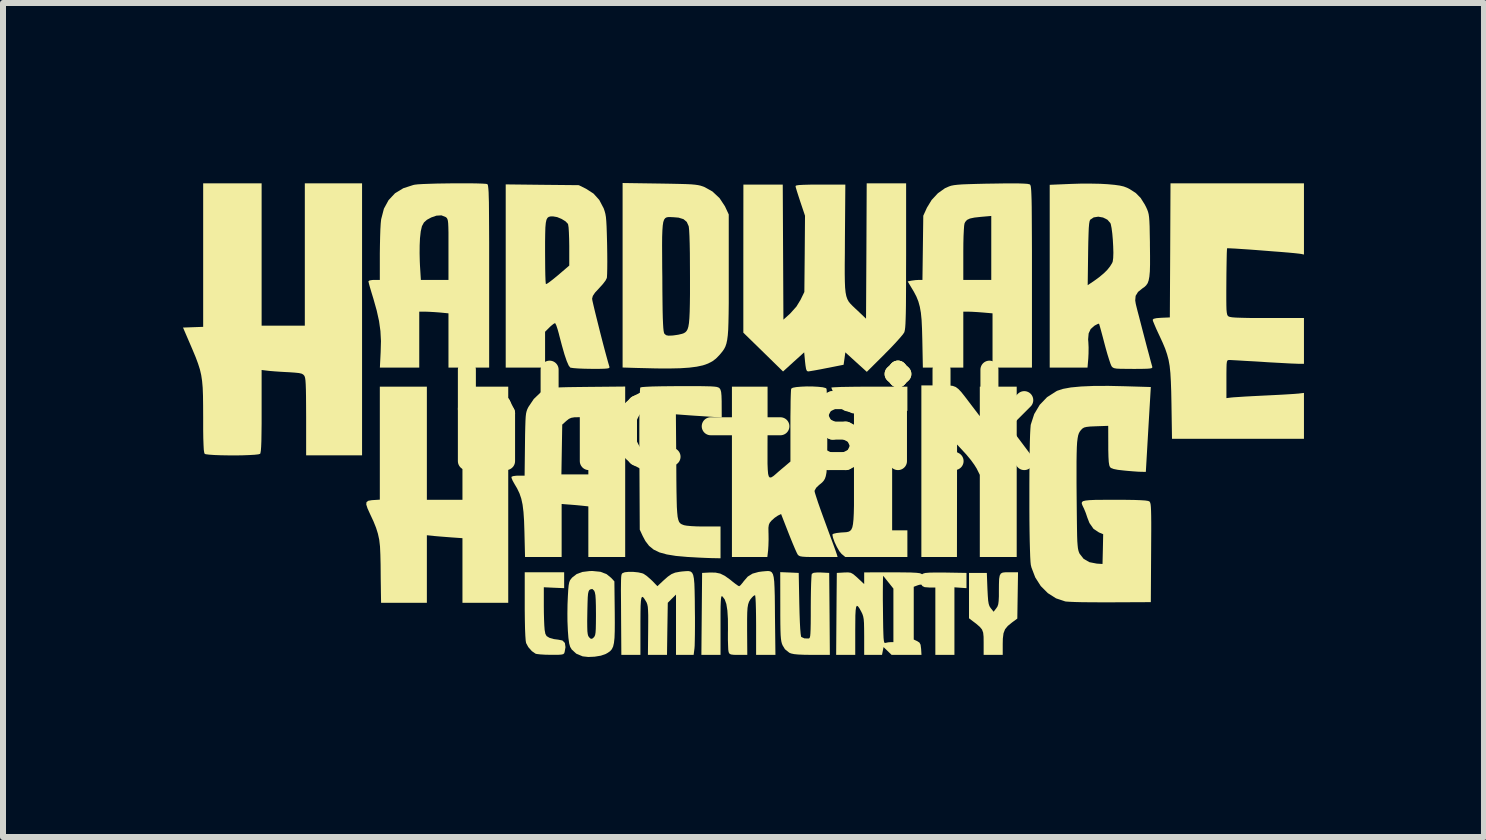
<source format=kicad_pcb>
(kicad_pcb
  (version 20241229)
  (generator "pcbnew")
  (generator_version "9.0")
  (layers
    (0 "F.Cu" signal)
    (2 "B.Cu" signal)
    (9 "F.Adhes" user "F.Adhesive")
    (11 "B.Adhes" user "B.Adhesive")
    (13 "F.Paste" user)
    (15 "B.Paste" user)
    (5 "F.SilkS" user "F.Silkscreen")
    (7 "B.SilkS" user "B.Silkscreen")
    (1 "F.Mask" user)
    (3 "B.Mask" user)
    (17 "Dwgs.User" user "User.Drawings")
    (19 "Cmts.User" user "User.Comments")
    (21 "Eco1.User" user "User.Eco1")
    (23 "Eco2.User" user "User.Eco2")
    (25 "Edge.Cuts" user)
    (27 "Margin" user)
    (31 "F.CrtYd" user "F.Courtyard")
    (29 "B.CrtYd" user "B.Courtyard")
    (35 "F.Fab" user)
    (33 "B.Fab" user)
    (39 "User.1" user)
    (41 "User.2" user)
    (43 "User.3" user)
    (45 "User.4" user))
  (footprint "hhc-silk"
    (layer "F.Cu")
    (at 9.339 3.945)
    (property "Reference" "hhc-silk" (at 0 0 0) (layer "F.SilkS") (effects (font (size 1.524 1.524) (thickness 0.3))))
    (attr board_only exclude_from_pos_files exclude_from_bom)
    (fp_poly (pts (xy 3.429 -0.571) (xy 3.489 -0.564) (xy 3.537 -0.546) (xy 3.581 -0.514) (xy 3.629 -0.464) (xy 3.688 -0.39) (xy 3.764 -0.29) (xy 3.789 -0.257) (xy 3.94 -0.059) (xy 3.94 -0.551) (xy 4.555 -0.551) (xy 4.555 2.288) (xy 3.94 2.288) (xy 3.94 0.919) (xy 3.888 0.814) (xy 3.848 0.75) (xy 3.79 0.67) (xy 3.722 0.588) (xy 3.698 0.561) (xy 3.561 0.413) (xy 3.56 1.351) (xy 3.559 2.288) (xy 2.966 2.288) (xy 2.966 -0.572) (xy 3.248 -0.572) (xy 3.351 -0.572)) (stroke (width 0) (type solid)) (fill yes) (layer "F.SilkS"))
    (fp_poly (pts (xy -5.275 1.335) (xy -4.682 1.335) (xy -4.682 -0.551) (xy -3.919 -0.551) (xy -3.919 3.051) (xy -4.682 3.051) (xy -4.682 1.974) (xy -4.867 1.961) (xy -4.969 1.953) (xy -5.07 1.945) (xy -5.151 1.938) (xy -5.164 1.936) (xy -5.275 1.925) (xy -5.275 3.051) (xy -6.038 3.051) (xy -6.04 2.929) (xy -6.041 2.867) (xy -6.042 2.773) (xy -6.044 2.656) (xy -6.045 2.526) (xy -6.046 2.415) (xy -6.05 2.248) (xy -6.056 2.113) (xy -6.069 2) (xy -6.091 1.899) (xy -6.122 1.8) (xy -6.165 1.693) (xy -6.221 1.573) (xy -6.264 1.478) (xy -6.285 1.413) (xy -6.281 1.373) (xy -6.252 1.351) (xy -6.196 1.341) (xy -6.17 1.339) (xy -6.059 1.332) (xy -6.059 -0.551) (xy -5.275 -0.551)) (stroke (width 0) (type solid)) (fill yes) (layer "F.SilkS"))
    (fp_poly (pts (xy -2.987 2.807) (xy -3.156 2.8) (xy -3.326 2.792) (xy -3.326 3.098) (xy -3.325 3.218) (xy -3.322 3.331) (xy -3.318 3.427) (xy -3.313 3.494) (xy -3.312 3.505) (xy -3.3 3.569) (xy -3.279 3.606) (xy -3.24 3.63) (xy -3.228 3.636) (xy -3.157 3.656) (xy -3.087 3.665) (xy -3.016 3.679) (xy -2.975 3.72) (xy -2.965 3.79) (xy -2.979 3.871) (xy -2.987 3.893) (xy -3.003 3.907) (xy -3.035 3.914) (xy -3.09 3.918) (xy -3.178 3.918) (xy -3.207 3.918) (xy -3.302 3.916) (xy -3.385 3.911) (xy -3.444 3.904) (xy -3.464 3.899) (xy -3.526 3.856) (xy -3.585 3.789) (xy -3.621 3.722) (xy -3.628 3.681) (xy -3.634 3.601) (xy -3.639 3.486) (xy -3.642 3.34) (xy -3.644 3.166) (xy -3.644 3.102) (xy -3.644 2.542) (xy -2.987 2.542)) (stroke (width 0) (type solid)) (fill yes) (layer "F.SilkS"))
    (fp_poly (pts (xy 4.565 3.314) (xy 4.478 3.378) (xy 4.407 3.436) (xy 4.361 3.492) (xy 4.335 3.559) (xy 4.324 3.647) (xy 4.322 3.737) (xy 4.322 3.919) (xy 4.004 3.919) (xy 4.004 3.716) (xy 4.003 3.618) (xy 3.996 3.549) (xy 3.977 3.497) (xy 3.94 3.452) (xy 3.88 3.4) (xy 3.82 3.355) (xy 3.76 3.309) (xy 3.76 2.553) (xy 4.057 2.553) (xy 4.067 2.818) (xy 4.073 2.932) (xy 4.079 3.013) (xy 4.088 3.068) (xy 4.101 3.107) (xy 4.12 3.137) (xy 4.124 3.142) (xy 4.17 3.2) (xy 4.214 3.143) (xy 4.234 3.113) (xy 4.247 3.075) (xy 4.254 3.022) (xy 4.258 2.944) (xy 4.258 2.862) (xy 4.259 2.74) (xy 4.262 2.653) (xy 4.272 2.597) (xy 4.291 2.563) (xy 4.323 2.547) (xy 4.371 2.542) (xy 4.43 2.542) (xy 4.577 2.542)) (stroke (width 0) (type solid)) (fill yes) (layer "F.SilkS"))
    (fp_poly (pts (xy 2.733 -0.148) (xy 2.479 -0.148) (xy 2.479 1.843) (xy 2.733 1.843) (xy 2.733 2.288) (xy 1.698 2.288) (xy 1.636 2.236) (xy 1.599 2.191) (xy 1.558 2.12) (xy 1.52 2.04) (xy 1.493 1.965) (xy 1.483 1.913) (xy 1.502 1.9) (xy 1.553 1.888) (xy 1.622 1.88) (xy 1.672 1.877) (xy 1.715 1.874) (xy 1.75 1.867) (xy 1.777 1.854) (xy 1.799 1.83) (xy 1.816 1.792) (xy 1.827 1.737) (xy 1.835 1.66) (xy 1.84 1.559) (xy 1.843 1.43) (xy 1.843 1.269) (xy 1.843 1.072) (xy 1.843 0.837) (xy 1.843 -0.122) (xy 1.757 -0.133) (xy 1.689 -0.149) (xy 1.637 -0.179) (xy 1.594 -0.233) (xy 1.552 -0.317) (xy 1.531 -0.368) (xy 1.502 -0.442) (xy 1.479 -0.501) (xy 1.466 -0.533) (xy 1.465 -0.535) (xy 1.484 -0.539) (xy 1.54 -0.542) (xy 1.627 -0.546) (xy 1.743 -0.548) (xy 1.88 -0.55) (xy 2.034 -0.551) (xy 2.095 -0.551) (xy 2.733 -0.551)) (stroke (width 0) (type solid)) (fill yes) (layer "F.SilkS"))
    (fp_poly (pts (xy 0.768 2.546) (xy 0.922 2.553) (xy 0.932 3.076) (xy 0.936 3.234) (xy 0.941 3.372) (xy 0.947 3.484) (xy 0.954 3.565) (xy 0.961 3.611) (xy 0.964 3.62) (xy 1.017 3.644) (xy 1.086 3.646) (xy 1.097 3.643) (xy 1.106 3.631) (xy 1.113 3.605) (xy 1.117 3.562) (xy 1.12 3.495) (xy 1.122 3.4) (xy 1.123 3.272) (xy 1.123 3.119) (xy 1.124 2.974) (xy 1.126 2.841) (xy 1.129 2.728) (xy 1.133 2.641) (xy 1.137 2.585) (xy 1.141 2.568) (xy 1.171 2.551) (xy 1.235 2.545) (xy 1.294 2.546) (xy 1.43 2.553) (xy 1.436 3.236) (xy 1.441 3.919) (xy 1.139 3.919) (xy 1.008 3.917) (xy 0.913 3.913) (xy 0.844 3.906) (xy 0.794 3.895) (xy 0.765 3.883) (xy 0.693 3.825) (xy 0.654 3.761) (xy 0.642 3.732) (xy 0.633 3.697) (xy 0.626 3.651) (xy 0.621 3.59) (xy 0.618 3.508) (xy 0.616 3.398) (xy 0.615 3.257) (xy 0.615 3.108) (xy 0.614 2.54)) (stroke (width 0) (type solid)) (fill yes) (layer "F.SilkS"))
    (fp_poly (pts (xy -1.97 2.288) (xy -2.584 2.288) (xy -2.584 1.444) (xy -2.696 1.432) (xy -2.789 1.423) (xy -2.888 1.415) (xy -2.918 1.413) (xy -3.029 1.404) (xy -3.029 2.288) (xy -3.639 2.288) (xy -3.649 1.87) (xy -3.655 1.686) (xy -3.665 1.537) (xy -3.68 1.415) (xy -3.702 1.314) (xy -3.732 1.226) (xy -3.772 1.143) (xy -3.813 1.074) (xy -3.846 1.015) (xy -3.864 0.97) (xy -3.865 0.952) (xy -3.839 0.94) (xy -3.785 0.933) (xy -3.75 0.932) (xy -3.646 0.932) (xy -3.646 0.911) (xy -3.033 0.911) (xy -2.584 0.911) (xy -2.584 -0.042) (xy -2.732 -0.042) (xy -2.814 -0.041) (xy -2.868 -0.032) (xy -2.908 -0.014) (xy -2.95 0.019) (xy -3.019 0.081) (xy -3.026 0.496) (xy -3.033 0.911) (xy -3.646 0.911) (xy -3.64 0.408) (xy -3.638 0.245) (xy -3.635 0.118) (xy -3.632 0.022) (xy -3.628 -0.05) (xy -3.622 -0.102) (xy -3.613 -0.141) (xy -3.602 -0.173) (xy -3.587 -0.204) (xy -3.583 -0.212) (xy -3.493 -0.346) (xy -3.382 -0.452) (xy -3.315 -0.494) (xy -3.289 -0.508) (xy -3.261 -0.518) (xy -3.226 -0.526) (xy -3.18 -0.532) (xy -3.116 -0.537) (xy -3.03 -0.54) (xy -2.917 -0.543) (xy -2.771 -0.545) (xy -2.6 -0.547) (xy -1.97 -0.553)) (stroke (width 0) (type solid)) (fill yes) (layer "F.SilkS"))
    (fp_poly (pts (xy -8.029 -1.568) (xy -7.309 -1.568) (xy -7.309 -3.94) (xy -6.355 -3.94) (xy -6.355 0.593) (xy -7.287 0.593) (xy -7.287 -0.048) (xy -7.288 -0.236) (xy -7.289 -0.386) (xy -7.291 -0.502) (xy -7.294 -0.589) (xy -7.298 -0.652) (xy -7.304 -0.695) (xy -7.312 -0.722) (xy -7.319 -0.735) (xy -7.337 -0.754) (xy -7.363 -0.768) (xy -7.407 -0.778) (xy -7.475 -0.785) (xy -7.575 -0.792) (xy -7.6 -0.793) (xy -7.708 -0.799) (xy -7.81 -0.806) (xy -7.894 -0.813) (xy -7.939 -0.818) (xy -8.029 -0.829) (xy -8.029 -0.143) (xy -8.029 0.062) (xy -8.031 0.228) (xy -8.033 0.357) (xy -8.037 0.453) (xy -8.042 0.518) (xy -8.049 0.556) (xy -8.054 0.568) (xy -8.084 0.577) (xy -8.149 0.584) (xy -8.239 0.589) (xy -8.349 0.593) (xy -8.47 0.595) (xy -8.593 0.594) (xy -8.711 0.592) (xy -8.817 0.588) (xy -8.902 0.582) (xy -8.959 0.575) (xy -8.978 0.568) (xy -8.986 0.546) (xy -8.993 0.498) (xy -8.997 0.42) (xy -9.001 0.309) (xy -9.003 0.162) (xy -9.003 -0.024) (xy -9.003 -0.043) (xy -9.004 -0.239) (xy -9.006 -0.4) (xy -9.011 -0.533) (xy -9.021 -0.646) (xy -9.036 -0.746) (xy -9.058 -0.84) (xy -9.089 -0.937) (xy -9.128 -1.042) (xy -9.179 -1.164) (xy -9.211 -1.239) (xy -9.339 -1.536) (xy -9.171 -1.542) (xy -9.003 -1.548) (xy -9.003 -3.94) (xy -8.029 -3.94)) (stroke (width 0) (type solid)) (fill yes) (layer "F.SilkS"))
    (fp_poly (pts (xy -0.739 -0.56) (xy -0.628 -0.558) (xy -0.545 -0.556) (xy -0.486 -0.552) (xy -0.446 -0.547) (xy -0.42 -0.539) (xy -0.403 -0.53) (xy -0.398 -0.525) (xy -0.382 -0.501) (xy -0.371 -0.462) (xy -0.365 -0.4) (xy -0.362 -0.308) (xy -0.362 -0.263) (xy -0.361 -0.037) (xy -0.567 -0.051) (xy -0.684 -0.059) (xy -0.811 -0.067) (xy -0.924 -0.075) (xy -0.949 -0.077) (xy -1.125 -0.09) (xy -1.118 0.776) (xy -1.117 1) (xy -1.115 1.185) (xy -1.112 1.335) (xy -1.109 1.455) (xy -1.103 1.547) (xy -1.096 1.617) (xy -1.085 1.667) (xy -1.072 1.702) (xy -1.054 1.725) (xy -1.033 1.74) (xy -1.007 1.751) (xy -0.988 1.758) (xy -0.943 1.766) (xy -0.867 1.773) (xy -0.769 1.778) (xy -0.66 1.779) (xy -0.654 1.779) (xy -0.381 1.779) (xy -0.381 2.309) (xy -0.535 2.306) (xy -0.622 2.303) (xy -0.735 2.298) (xy -0.856 2.291) (xy -0.932 2.287) (xy -1.123 2.27) (xy -1.276 2.245) (xy -1.399 2.211) (xy -1.496 2.164) (xy -1.572 2.102) (xy -1.633 2.022) (xy -1.678 1.938) (xy -1.727 1.832) (xy -1.733 0.658) (xy -1.734 0.369) (xy -1.734 0.119) (xy -1.733 -0.092) (xy -1.731 -0.263) (xy -1.728 -0.393) (xy -1.724 -0.482) (xy -1.72 -0.529) (xy -1.717 -0.537) (xy -1.689 -0.544) (xy -1.622 -0.549) (xy -1.517 -0.554) (xy -1.377 -0.557) (xy -1.206 -0.559) (xy -1.065 -0.56) (xy -0.883 -0.56)) (stroke (width 0) (type solid)) (fill yes) (layer "F.SilkS"))
    (fp_poly (pts (xy -0.882 2.529) (xy -0.855 2.55) (xy -0.837 2.587) (xy -0.825 2.646) (xy -0.817 2.732) (xy -0.813 2.847) (xy -0.81 2.998) (xy -0.809 3.139) (xy -0.807 3.295) (xy -0.807 3.443) (xy -0.808 3.576) (xy -0.81 3.687) (xy -0.812 3.768) (xy -0.815 3.808) (xy -0.829 3.919) (xy -1.123 3.919) (xy -1.123 2.914) (xy -1.192 2.982) (xy -1.26 3.051) (xy -1.267 3.485) (xy -1.273 3.919) (xy -1.591 3.919) (xy -1.587 3.508) (xy -1.586 3.363) (xy -1.586 3.255) (xy -1.589 3.176) (xy -1.593 3.119) (xy -1.601 3.079) (xy -1.612 3.048) (xy -1.623 3.028) (xy -1.651 2.983) (xy -1.672 2.957) (xy -1.689 2.952) (xy -1.7 2.973) (xy -1.708 3.022) (xy -1.713 3.103) (xy -1.715 3.218) (xy -1.716 3.371) (xy -1.716 3.43) (xy -1.716 3.919) (xy -2.034 3.919) (xy -2.038 3.31) (xy -2.039 3.116) (xy -2.04 2.96) (xy -2.041 2.837) (xy -2.04 2.744) (xy -2.039 2.676) (xy -2.037 2.629) (xy -2.034 2.598) (xy -2.03 2.579) (xy -2.024 2.567) (xy -2.017 2.559) (xy -2.015 2.557) (xy -1.977 2.542) (xy -1.912 2.535) (xy -1.832 2.536) (xy -1.752 2.544) (xy -1.686 2.559) (xy -1.663 2.568) (xy -1.611 2.603) (xy -1.55 2.656) (xy -1.516 2.688) (xy -1.433 2.774) (xy -1.335 2.682) (xy -1.259 2.615) (xy -1.198 2.573) (xy -1.137 2.548) (xy -1.061 2.534) (xy -1.023 2.529) (xy -0.964 2.524) (xy -0.918 2.522)) (stroke (width 0) (type solid)) (fill yes) (layer "F.SilkS"))
    (fp_poly (pts (xy -2.383 2.534) (xy -2.279 2.574) (xy -2.203 2.636) (xy -2.15 2.694) (xy -2.144 3.206) (xy -2.143 3.385) (xy -2.144 3.526) (xy -2.148 3.636) (xy -2.157 3.719) (xy -2.171 3.78) (xy -2.193 3.825) (xy -2.222 3.858) (xy -2.261 3.885) (xy -2.295 3.904) (xy -2.375 3.932) (xy -2.478 3.949) (xy -2.584 3.954) (xy -2.674 3.944) (xy -2.68 3.943) (xy -2.785 3.899) (xy -2.861 3.829) (xy -2.887 3.785) (xy -2.903 3.729) (xy -2.916 3.637) (xy -2.925 3.519) (xy -2.931 3.381) (xy -2.932 3.356) (xy -2.603 3.356) (xy -2.602 3.455) (xy -2.6 3.525) (xy -2.594 3.573) (xy -2.586 3.603) (xy -2.573 3.623) (xy -2.571 3.626) (xy -2.541 3.652) (xy -2.516 3.647) (xy -2.496 3.63) (xy -2.482 3.613) (xy -2.471 3.588) (xy -2.464 3.548) (xy -2.46 3.488) (xy -2.458 3.399) (xy -2.457 3.277) (xy -2.457 3.242) (xy -2.458 3.102) (xy -2.461 2.999) (xy -2.466 2.926) (xy -2.475 2.879) (xy -2.486 2.851) (xy -2.488 2.848) (xy -2.518 2.82) (xy -2.552 2.828) (xy -2.557 2.83) (xy -2.571 2.843) (xy -2.581 2.865) (xy -2.589 2.902) (xy -2.594 2.961) (xy -2.597 3.048) (xy -2.6 3.168) (xy -2.601 3.22) (xy -2.603 3.356) (xy -2.932 3.356) (xy -2.933 3.231) (xy -2.931 3.077) (xy -2.925 2.94) (xy -2.919 2.833) (xy -2.912 2.759) (xy -2.902 2.709) (xy -2.888 2.674) (xy -2.866 2.645) (xy -2.85 2.627) (xy -2.777 2.571) (xy -2.684 2.537) (xy -2.563 2.522) (xy -2.515 2.521)) (stroke (width 0) (type solid)) (fill yes) (layer "F.SilkS"))
    (fp_poly (pts (xy 0.446 2.526) (xy 0.472 2.542) (xy 0.492 2.574) (xy 0.505 2.624) (xy 0.514 2.698) (xy 0.519 2.8) (xy 0.523 2.933) (xy 0.525 3.101) (xy 0.526 3.25) (xy 0.534 3.919) (xy 0.212 3.919) (xy 0.212 3.421) (xy 0.211 3.281) (xy 0.209 3.156) (xy 0.206 3.052) (xy 0.202 2.976) (xy 0.197 2.932) (xy 0.194 2.923) (xy 0.167 2.938) (xy 0.144 2.961) (xy 0.115 2.996) (xy 0.094 3.033) (xy 0.079 3.077) (xy 0.069 3.136) (xy 0.064 3.215) (xy 0.062 3.323) (xy 0.062 3.464) (xy 0.062 3.509) (xy 0.065 3.919) (xy -0.082 3.919) (xy -0.161 3.918) (xy -0.207 3.912) (xy -0.232 3.899) (xy -0.245 3.875) (xy -0.246 3.871) (xy -0.252 3.834) (xy -0.255 3.763) (xy -0.258 3.667) (xy -0.258 3.555) (xy -0.257 3.498) (xy -0.258 3.319) (xy -0.267 3.178) (xy -0.284 3.071) (xy -0.311 2.995) (xy -0.348 2.946) (xy -0.351 2.944) (xy -0.36 2.94) (xy -0.368 2.951) (xy -0.373 2.98) (xy -0.377 3.033) (xy -0.38 3.113) (xy -0.381 3.226) (xy -0.381 3.375) (xy -0.381 3.419) (xy -0.381 3.919) (xy -0.7 3.919) (xy -0.694 3.236) (xy -0.688 2.553) (xy -0.557 2.546) (xy -0.464 2.548) (xy -0.386 2.564) (xy -0.309 2.602) (xy -0.221 2.665) (xy -0.187 2.693) (xy -0.132 2.736) (xy -0.089 2.766) (xy -0.07 2.775) (xy -0.049 2.759) (xy -0.014 2.718) (xy 0.007 2.69) (xy 0.073 2.614) (xy 0.152 2.565) (xy 0.253 2.537) (xy 0.312 2.529) (xy 0.367 2.524) (xy 0.411 2.521)) (stroke (width 0) (type solid)) (fill yes) (layer "F.SilkS"))
    (fp_poly (pts (xy 4.592 -3.938) (xy 4.676 -3.935) (xy 4.733 -3.931) (xy 4.767 -3.924) (xy 4.777 -3.919) (xy 4.783 -3.909) (xy 4.789 -3.89) (xy 4.793 -3.859) (xy 4.797 -3.812) (xy 4.8 -3.746) (xy 4.803 -3.66) (xy 4.805 -3.55) (xy 4.806 -3.413) (xy 4.807 -3.246) (xy 4.808 -3.047) (xy 4.809 -2.813) (xy 4.809 -2.541) (xy 4.809 -2.381) (xy 4.809 -0.869) (xy 4.152 -0.869) (xy 4.152 -1.773) (xy 3.99 -1.787) (xy 3.898 -1.794) (xy 3.812 -1.799) (xy 3.748 -1.801) (xy 3.746 -1.801) (xy 3.665 -1.801) (xy 3.665 -0.869) (xy 2.991 -0.869) (xy 2.982 -1.329) (xy 2.977 -1.513) (xy 2.97 -1.662) (xy 2.958 -1.783) (xy 2.94 -1.884) (xy 2.916 -1.971) (xy 2.883 -2.053) (xy 2.84 -2.135) (xy 2.81 -2.185) (xy 2.738 -2.305) (xy 2.802 -2.318) (xy 2.871 -2.327) (xy 2.924 -2.33) (xy 2.984 -2.33) (xy 3.665 -2.33) (xy 4.131 -2.33) (xy 4.131 -3.396) (xy 3.959 -3.381) (xy 3.85 -3.369) (xy 3.775 -3.353) (xy 3.727 -3.33) (xy 3.697 -3.296) (xy 3.685 -3.27) (xy 3.679 -3.234) (xy 3.674 -3.162) (xy 3.669 -3.062) (xy 3.666 -2.942) (xy 3.665 -2.808) (xy 3.665 -2.774) (xy 3.665 -2.33) (xy 2.984 -2.33) (xy 2.998 -3.4) (xy 3.059 -3.534) (xy 3.137 -3.662) (xy 3.241 -3.774) (xy 3.359 -3.858) (xy 3.427 -3.888) (xy 3.463 -3.9) (xy 3.509 -3.909) (xy 3.568 -3.916) (xy 3.647 -3.922) (xy 3.751 -3.926) (xy 3.884 -3.93) (xy 4.052 -3.934) (xy 4.137 -3.935) (xy 4.326 -3.938) (xy 4.476 -3.939)) (stroke (width 0) (type solid)) (fill yes) (layer "F.SilkS"))
    (fp_poly (pts (xy 2.712 -2.731) (xy 2.711 -2.468) (xy 2.711 -2.245) (xy 2.71 -2.057) (xy 2.709 -1.902) (xy 2.707 -1.777) (xy 2.704 -1.677) (xy 2.701 -1.6) (xy 2.697 -1.542) (xy 2.692 -1.501) (xy 2.686 -1.472) (xy 2.68 -1.454) (xy 2.655 -1.418) (xy 2.605 -1.359) (xy 2.536 -1.282) (xy 2.452 -1.193) (xy 2.358 -1.098) (xy 2.353 -1.092) (xy 2.057 -0.798) (xy 1.878 -0.96) (xy 1.699 -1.123) (xy 1.685 -1.02) (xy 1.67 -0.916) (xy 1.391 -0.861) (xy 1.285 -0.84) (xy 1.192 -0.823) (xy 1.121 -0.811) (xy 1.081 -0.805) (xy 1.078 -0.805) (xy 1.059 -0.813) (xy 1.045 -0.844) (xy 1.035 -0.904) (xy 1.028 -0.964) (xy 1.013 -1.123) (xy 0.837 -0.964) (xy 0.661 -0.804) (xy 0.33 -1.128) (xy -0.001 -1.451) (xy -0.001 -2.685) (xy 0 -3.919) (xy 0.656 -3.919) (xy 0.667 -1.668) (xy 0.778 -1.768) (xy 0.884 -1.886) (xy 0.952 -1.998) (xy 1.016 -2.129) (xy 1.022 -2.765) (xy 1.027 -3.4) (xy 0.948 -3.635) (xy 0.917 -3.73) (xy 0.891 -3.811) (xy 0.874 -3.869) (xy 0.869 -3.895) (xy 0.882 -3.904) (xy 0.926 -3.911) (xy 1.002 -3.915) (xy 1.114 -3.918) (xy 1.264 -3.919) (xy 1.284 -3.919) (xy 1.699 -3.919) (xy 1.692 -3.003) (xy 1.691 -2.775) (xy 1.689 -2.585) (xy 1.689 -2.43) (xy 1.691 -2.304) (xy 1.695 -2.203) (xy 1.703 -2.123) (xy 1.715 -2.061) (xy 1.732 -2.011) (xy 1.754 -1.97) (xy 1.783 -1.934) (xy 1.819 -1.897) (xy 1.862 -1.856) (xy 1.899 -1.822) (xy 2.044 -1.684) (xy 2.05 -2.812) (xy 2.055 -3.94) (xy 2.712 -3.94)) (stroke (width 0) (type solid)) (fill yes) (layer "F.SilkS"))
    (fp_poly (pts (xy -4.552 -3.94) (xy -4.438 -3.938) (xy -4.348 -3.935) (xy -4.289 -3.931) (xy -4.27 -3.927) (xy -4.264 -3.922) (xy -4.258 -3.908) (xy -4.254 -3.884) (xy -4.25 -3.846) (xy -4.246 -3.792) (xy -4.244 -3.719) (xy -4.241 -3.623) (xy -4.24 -3.503) (xy -4.239 -3.355) (xy -4.238 -3.176) (xy -4.237 -2.963) (xy -4.237 -2.715) (xy -4.237 -2.427) (xy -4.237 -2.392) (xy -4.237 -0.869) (xy -4.915 -0.869) (xy -4.915 -1.773) (xy -5.058 -1.787) (xy -5.151 -1.794) (xy -5.244 -1.799) (xy -5.301 -1.801) (xy -5.402 -1.801) (xy -5.402 -0.869) (xy -6.058 -0.869) (xy -6.045 -1.129) (xy -6.04 -1.312) (xy -6.049 -1.479) (xy -6.072 -1.644) (xy -6.111 -1.82) (xy -6.166 -2.016) (xy -6.197 -2.117) (xy -6.223 -2.205) (xy -6.241 -2.27) (xy -6.249 -2.305) (xy -6.249 -2.308) (xy -6.23 -2.321) (xy -6.183 -2.329) (xy -6.154 -2.33) (xy -6.059 -2.33) (xy -6.059 -2.77) (xy -6.059 -2.772) (xy -5.396 -2.772) (xy -5.393 -2.638) (xy -5.39 -2.572) (xy -5.375 -2.33) (xy -4.915 -2.33) (xy -4.915 -2.837) (xy -4.915 -2.997) (xy -4.915 -3.119) (xy -4.917 -3.21) (xy -4.92 -3.274) (xy -4.925 -3.317) (xy -4.933 -3.345) (xy -4.943 -3.362) (xy -4.956 -3.374) (xy -4.962 -3.378) (xy -5.032 -3.406) (xy -5.116 -3.401) (xy -5.202 -3.371) (xy -5.274 -3.332) (xy -5.324 -3.287) (xy -5.357 -3.226) (xy -5.377 -3.14) (xy -5.39 -3.022) (xy -5.39 -3.018) (xy -5.395 -2.905) (xy -5.396 -2.772) (xy -6.059 -2.772) (xy -6.057 -2.912) (xy -6.054 -3.049) (xy -6.05 -3.172) (xy -6.044 -3.272) (xy -6.037 -3.339) (xy -6.036 -3.344) (xy -5.991 -3.517) (xy -5.913 -3.66) (xy -5.806 -3.774) (xy -5.668 -3.858) (xy -5.501 -3.912) (xy -5.477 -3.917) (xy -5.425 -3.923) (xy -5.341 -3.928) (xy -5.231 -3.932) (xy -5.104 -3.936) (xy -4.965 -3.938) (xy -4.822 -3.94) (xy -4.682 -3.94)) (stroke (width 0) (type solid)) (fill yes) (layer "F.SilkS"))
    (fp_poly (pts (xy 2.651 2.544) (xy 2.787 2.546) (xy 2.884 2.551) (xy 2.941 2.558) (xy 2.956 2.564) (xy 2.979 2.575) (xy 2.997 2.564) (xy 3.031 2.554) (xy 3.105 2.548) (xy 3.218 2.546) (xy 3.366 2.547) (xy 3.371 2.547) (xy 3.718 2.553) (xy 3.718 2.807) (xy 3.617 2.8) (xy 3.517 2.793) (xy 3.517 3.919) (xy 3.199 3.919) (xy 3.199 2.796) (xy 3.095 2.796) (xy 3.02 2.79) (xy 2.983 2.772) (xy 2.98 2.766) (xy 2.964 2.747) (xy 2.931 2.751) (xy 2.903 2.76) (xy 2.839 2.784) (xy 2.839 3.663) (xy 2.897 3.69) (xy 2.934 3.714) (xy 2.953 3.75) (xy 2.961 3.812) (xy 2.962 3.819) (xy 2.968 3.919) (xy 2.47 3.919) (xy 2.403 3.854) (xy 2.336 3.789) (xy 2.323 3.854) (xy 2.31 3.919) (xy 2.013 3.919) (xy 2.013 3.605) (xy 2.012 3.48) (xy 2.01 3.39) (xy 2.005 3.324) (xy 1.996 3.276) (xy 1.983 3.237) (xy 1.964 3.198) (xy 1.933 3.142) (xy 1.909 3.109) (xy 1.891 3.101) (xy 1.879 3.122) (xy 1.871 3.175) (xy 1.866 3.262) (xy 1.865 3.386) (xy 1.864 3.504) (xy 1.864 3.919) (xy 1.546 3.919) (xy 1.551 3.236) (xy 1.554 2.868) (xy 2.324 2.868) (xy 2.324 3.001) (xy 2.326 3.15) (xy 2.326 3.16) (xy 2.328 3.331) (xy 2.33 3.465) (xy 2.333 3.565) (xy 2.336 3.636) (xy 2.341 3.683) (xy 2.347 3.709) (xy 2.355 3.72) (xy 2.364 3.72) (xy 2.412 3.71) (xy 2.449 3.707) (xy 2.5 3.707) (xy 2.5 2.814) (xy 2.421 2.715) (xy 2.377 2.66) (xy 2.344 2.618) (xy 2.331 2.601) (xy 2.328 2.618) (xy 2.326 2.671) (xy 2.325 2.756) (xy 2.324 2.868) (xy 1.554 2.868) (xy 1.557 2.553) (xy 1.679 2.546) (xy 1.744 2.544) (xy 1.79 2.551) (xy 1.83 2.573) (xy 1.88 2.615) (xy 1.906 2.639) (xy 2.013 2.739) (xy 2.013 2.544) (xy 2.477 2.543)) (stroke (width 0) (type solid)) (fill yes) (layer "F.SilkS"))
    (fp_poly (pts (xy 1.155 -0.554) (xy 1.246 -0.549) (xy 1.322 -0.541) (xy 1.371 -0.528) (xy 1.385 -0.517) (xy 1.388 -0.489) (xy 1.391 -0.423) (xy 1.394 -0.325) (xy 1.396 -0.201) (xy 1.397 -0.056) (xy 1.398 0.106) (xy 1.398 0.215) (xy 1.398 0.415) (xy 1.397 0.577) (xy 1.395 0.706) (xy 1.391 0.807) (xy 1.384 0.884) (xy 1.373 0.941) (xy 1.358 0.984) (xy 1.338 1.017) (xy 1.313 1.045) (xy 1.281 1.072) (xy 1.262 1.087) (xy 1.213 1.134) (xy 1.188 1.179) (xy 1.186 1.19) (xy 1.193 1.221) (xy 1.214 1.287) (xy 1.244 1.379) (xy 1.284 1.493) (xy 1.331 1.623) (xy 1.364 1.713) (xy 1.414 1.85) (xy 1.46 1.975) (xy 1.5 2.083) (xy 1.531 2.168) (xy 1.55 2.223) (xy 1.556 2.24) (xy 1.57 2.288) (xy 1.253 2.288) (xy 1.129 2.288) (xy 1.042 2.286) (xy 0.983 2.282) (xy 0.945 2.275) (xy 0.922 2.264) (xy 0.907 2.249) (xy 0.904 2.245) (xy 0.886 2.21) (xy 0.857 2.145) (xy 0.819 2.055) (xy 0.776 1.949) (xy 0.751 1.886) (xy 0.628 1.571) (xy 0.573 1.599) (xy 0.52 1.635) (xy 0.468 1.682) (xy 0.466 1.684) (xy 0.439 1.717) (xy 0.424 1.752) (xy 0.417 1.801) (xy 0.418 1.877) (xy 0.419 1.903) (xy 0.42 2.001) (xy 0.417 2.101) (xy 0.412 2.177) (xy 0.399 2.288) (xy -0.191 2.288) (xy -0.191 -0.551) (xy 0.403 -0.551) (xy 0.403 0.223) (xy 0.402 0.431) (xy 0.402 0.6) (xy 0.402 0.733) (xy 0.406 0.832) (xy 0.412 0.902) (xy 0.423 0.944) (xy 0.44 0.963) (xy 0.464 0.961) (xy 0.497 0.941) (xy 0.538 0.907) (xy 0.59 0.861) (xy 0.63 0.827) (xy 0.784 0.697) (xy 0.784 0.107) (xy 0.784 -0.049) (xy 0.786 -0.191) (xy 0.787 -0.315) (xy 0.79 -0.414) (xy 0.793 -0.483) (xy 0.796 -0.516) (xy 0.797 -0.517) (xy 0.823 -0.533) (xy 0.881 -0.544) (xy 0.963 -0.551) (xy 1.057 -0.555)) (stroke (width 0) (type solid)) (fill yes) (layer "F.SilkS"))
    (fp_poly (pts (xy -1.393 -3.936) (xy -1.213 -3.933) (xy -1.07 -3.93) (xy -0.958 -3.927) (xy -0.872 -3.923) (xy -0.806 -3.917) (xy -0.756 -3.91) (xy -0.715 -3.901) (xy -0.678 -3.889) (xy -0.653 -3.88) (xy -0.516 -3.804) (xy -0.398 -3.694) (xy -0.308 -3.558) (xy -0.3 -3.541) (xy -0.244 -3.421) (xy -0.244 -2.404) (xy -0.244 -2.155) (xy -0.244 -1.943) (xy -0.246 -1.767) (xy -0.249 -1.621) (xy -0.253 -1.502) (xy -0.26 -1.407) (xy -0.27 -1.331) (xy -0.283 -1.27) (xy -0.3 -1.22) (xy -0.321 -1.179) (xy -0.347 -1.141) (xy -0.377 -1.104) (xy -0.403 -1.074) (xy -0.457 -1.019) (xy -0.518 -0.973) (xy -0.59 -0.936) (xy -0.675 -0.906) (xy -0.778 -0.884) (xy -0.903 -0.868) (xy -1.054 -0.858) (xy -1.234 -0.854) (xy -1.447 -0.855) (xy -1.697 -0.861) (xy -1.785 -0.863) (xy -2.013 -0.87) (xy -2.013 -2.908) (xy -1.355 -2.908) (xy -1.354 -2.737) (xy -1.353 -2.53) (xy -1.351 -2.381) (xy -1.35 -2.155) (xy -1.348 -1.968) (xy -1.346 -1.815) (xy -1.343 -1.695) (xy -1.339 -1.602) (xy -1.335 -1.533) (xy -1.33 -1.484) (xy -1.324 -1.453) (xy -1.317 -1.434) (xy -1.314 -1.431) (xy -1.288 -1.409) (xy -1.25 -1.401) (xy -1.187 -1.403) (xy -1.159 -1.406) (xy -1.084 -1.417) (xy -1.021 -1.432) (xy -0.993 -1.442) (xy -0.967 -1.458) (xy -0.947 -1.479) (xy -0.93 -1.509) (xy -0.917 -1.551) (xy -0.907 -1.611) (xy -0.9 -1.691) (xy -0.895 -1.797) (xy -0.892 -1.931) (xy -0.89 -2.099) (xy -0.89 -2.304) (xy -0.89 -2.377) (xy -0.891 -2.589) (xy -0.892 -2.776) (xy -0.895 -2.936) (xy -0.899 -3.065) (xy -0.904 -3.159) (xy -0.91 -3.216) (xy -0.912 -3.226) (xy -0.944 -3.297) (xy -0.999 -3.343) (xy -1.081 -3.368) (xy -1.165 -3.375) (xy -1.21 -3.377) (xy -1.247 -3.378) (xy -1.278 -3.373) (xy -1.302 -3.36) (xy -1.321 -3.335) (xy -1.335 -3.295) (xy -1.344 -3.236) (xy -1.35 -3.154) (xy -1.354 -3.046) (xy -1.355 -2.908) (xy -2.013 -2.908) (xy -2.013 -3.945)) (stroke (width 0) (type solid)) (fill yes) (layer "F.SilkS"))
    (fp_poly (pts (xy 9.342 -2.753) (xy 9.295 -2.763) (xy 9.257 -2.768) (xy 9.186 -2.776) (xy 9.089 -2.785) (xy 8.971 -2.795) (xy 8.839 -2.805) (xy 8.7 -2.816) (xy 8.56 -2.827) (xy 8.426 -2.837) (xy 8.304 -2.845) (xy 8.2 -2.852) (xy 8.12 -2.856) (xy 8.073 -2.858) (xy 8.061 -2.857) (xy 8.059 -2.834) (xy 8.056 -2.775) (xy 8.054 -2.684) (xy 8.052 -2.569) (xy 8.05 -2.433) (xy 8.049 -2.299) (xy 8.048 -2.132) (xy 8.048 -2.002) (xy 8.049 -1.904) (xy 8.051 -1.834) (xy 8.056 -1.785) (xy 8.062 -1.754) (xy 8.071 -1.735) (xy 8.082 -1.724) (xy 8.083 -1.723) (xy 8.105 -1.714) (xy 8.145 -1.707) (xy 8.209 -1.702) (xy 8.299 -1.699) (xy 8.421 -1.696) (xy 8.578 -1.695) (xy 8.732 -1.695) (xy 9.342 -1.695) (xy 9.342 -0.932) (xy 9.252 -0.932) (xy 9.206 -0.934) (xy 9.124 -0.937) (xy 9.015 -0.943) (xy 8.885 -0.95) (xy 8.741 -0.958) (xy 8.654 -0.964) (xy 8.509 -0.973) (xy 8.376 -0.98) (xy 8.262 -0.987) (xy 8.173 -0.992) (xy 8.115 -0.995) (xy 8.098 -0.995) (xy 8.079 -0.994) (xy 8.067 -0.987) (xy 8.058 -0.966) (xy 8.053 -0.926) (xy 8.051 -0.86) (xy 8.05 -0.763) (xy 8.05 -0.678) (xy 8.05 -0.36) (xy 8.129 -0.37) (xy 8.174 -0.374) (xy 8.253 -0.379) (xy 8.359 -0.386) (xy 8.486 -0.393) (xy 8.626 -0.4) (xy 8.686 -0.403) (xy 8.829 -0.41) (xy 8.964 -0.417) (xy 9.082 -0.424) (xy 9.176 -0.43) (xy 9.238 -0.435) (xy 9.252 -0.436) (xy 9.342 -0.447) (xy 9.342 0.318) (xy 7.143 0.318) (xy 7.134 -0.27) (xy 7.13 -0.472) (xy 7.124 -0.639) (xy 7.116 -0.778) (xy 7.104 -0.895) (xy 7.086 -0.997) (xy 7.061 -1.091) (xy 7.029 -1.185) (xy 6.987 -1.285) (xy 6.935 -1.398) (xy 6.926 -1.417) (xy 6.884 -1.507) (xy 6.851 -1.584) (xy 6.828 -1.64) (xy 6.821 -1.665) (xy 6.837 -1.682) (xy 6.886 -1.693) (xy 6.964 -1.699) (xy 7.107 -1.705) (xy 7.113 -2.823) (xy 7.118 -3.94) (xy 9.342 -3.94)) (stroke (width 0) (type solid)) (fill yes) (layer "F.SilkS"))
    (fp_poly (pts (xy -3.352 -3.915) (xy -2.743 -3.909) (xy -2.622 -3.849) (xy -2.498 -3.769) (xy -2.402 -3.663) (xy -2.329 -3.524) (xy -2.326 -3.517) (xy -2.312 -3.475) (xy -2.3 -3.431) (xy -2.291 -3.378) (xy -2.285 -3.31) (xy -2.28 -3.221) (xy -2.276 -3.104) (xy -2.272 -2.953) (xy -2.271 -2.908) (xy -2.269 -2.765) (xy -2.268 -2.633) (xy -2.269 -2.52) (xy -2.271 -2.432) (xy -2.274 -2.376) (xy -2.276 -2.362) (xy -2.297 -2.32) (xy -2.341 -2.262) (xy -2.398 -2.199) (xy -2.405 -2.191) (xy -2.472 -2.119) (xy -2.509 -2.064) (xy -2.521 -2.019) (xy -2.521 -2.016) (xy -2.516 -1.984) (xy -2.501 -1.918) (xy -2.479 -1.825) (xy -2.451 -1.711) (xy -2.419 -1.583) (xy -2.385 -1.447) (xy -2.35 -1.311) (xy -2.316 -1.181) (xy -2.284 -1.063) (xy -2.257 -0.965) (xy -2.236 -0.893) (xy -2.233 -0.884) (xy -2.232 -0.87) (xy -2.242 -0.86) (xy -2.269 -0.854) (xy -2.32 -0.85) (xy -2.4 -0.848) (xy -2.516 -0.848) (xy -2.535 -0.848) (xy -2.649 -0.85) (xy -2.749 -0.854) (xy -2.828 -0.86) (xy -2.877 -0.867) (xy -2.886 -0.87) (xy -2.912 -0.904) (xy -2.944 -0.977) (xy -2.982 -1.089) (xy -3.024 -1.236) (xy -3.072 -1.418) (xy -3.073 -1.425) (xy -3.096 -1.506) (xy -3.117 -1.57) (xy -3.134 -1.605) (xy -3.14 -1.61) (xy -3.166 -1.596) (xy -3.209 -1.561) (xy -3.233 -1.538) (xy -3.305 -1.466) (xy -3.305 -0.869) (xy -3.961 -0.869) (xy -3.961 -2.798) (xy -3.305 -2.798) (xy -3.304 -2.653) (xy -3.303 -2.523) (xy -3.301 -2.412) (xy -3.298 -2.328) (xy -3.294 -2.275) (xy -3.291 -2.26) (xy -3.271 -2.268) (xy -3.226 -2.299) (xy -3.163 -2.348) (xy -3.09 -2.408) (xy -2.902 -2.569) (xy -2.902 -2.896) (xy -2.904 -3.016) (xy -2.908 -3.121) (xy -2.913 -3.203) (xy -2.921 -3.254) (xy -2.924 -3.264) (xy -2.964 -3.306) (xy -3.029 -3.346) (xy -3.104 -3.377) (xy -3.173 -3.389) (xy -3.175 -3.389) (xy -3.213 -3.388) (xy -3.243 -3.381) (xy -3.265 -3.364) (xy -3.282 -3.332) (xy -3.293 -3.281) (xy -3.3 -3.205) (xy -3.303 -3.1) (xy -3.305 -2.962) (xy -3.305 -2.798) (xy -3.961 -2.798) (xy -3.961 -3.922)) (stroke (width 0) (type solid)) (fill yes) (layer "F.SilkS"))
    (fp_poly (pts (xy 5.948 -3.932) (xy 6.072 -3.925) (xy 6.189 -3.914) (xy 6.274 -3.902) (xy 6.339 -3.887) (xy 6.394 -3.866) (xy 6.439 -3.843) (xy 6.541 -3.777) (xy 6.621 -3.695) (xy 6.689 -3.587) (xy 6.714 -3.538) (xy 6.731 -3.5) (xy 6.744 -3.464) (xy 6.754 -3.425) (xy 6.761 -3.376) (xy 6.766 -3.31) (xy 6.77 -3.223) (xy 6.772 -3.107) (xy 6.775 -2.956) (xy 6.775 -2.913) (xy 6.777 -2.73) (xy 6.777 -2.585) (xy 6.774 -2.472) (xy 6.766 -2.386) (xy 6.754 -2.322) (xy 6.737 -2.275) (xy 6.712 -2.239) (xy 6.681 -2.21) (xy 6.654 -2.192) (xy 6.577 -2.13) (xy 6.537 -2.065) (xy 6.53 -1.988) (xy 6.539 -1.932) (xy 6.549 -1.89) (xy 6.568 -1.814) (xy 6.595 -1.712) (xy 6.626 -1.592) (xy 6.66 -1.461) (xy 6.695 -1.327) (xy 6.729 -1.197) (xy 6.761 -1.079) (xy 6.787 -0.98) (xy 6.807 -0.908) (xy 6.814 -0.884) (xy 6.815 -0.87) (xy 6.804 -0.86) (xy 6.777 -0.854) (xy 6.727 -0.85) (xy 6.648 -0.848) (xy 6.534 -0.847) (xy 6.495 -0.847) (xy 6.37 -0.848) (xy 6.281 -0.849) (xy 6.22 -0.852) (xy 6.181 -0.859) (xy 6.158 -0.869) (xy 6.142 -0.884) (xy 6.134 -0.895) (xy 6.118 -0.932) (xy 6.095 -1.001) (xy 6.066 -1.094) (xy 6.035 -1.204) (xy 6.018 -1.268) (xy 5.989 -1.379) (xy 5.963 -1.475) (xy 5.943 -1.548) (xy 5.93 -1.592) (xy 5.926 -1.601) (xy 5.906 -1.596) (xy 5.863 -1.574) (xy 5.851 -1.567) (xy 5.788 -1.512) (xy 5.754 -1.439) (xy 5.745 -1.339) (xy 5.749 -1.292) (xy 5.753 -1.207) (xy 5.752 -1.105) (xy 5.748 -1.022) (xy 5.735 -0.869) (xy 5.105 -0.869) (xy 5.105 -2.242) (xy 5.738 -2.242) (xy 5.862 -2.326) (xy 5.94 -2.384) (xy 6.016 -2.449) (xy 6.064 -2.497) (xy 6.111 -2.556) (xy 6.145 -2.611) (xy 6.155 -2.636) (xy 6.163 -2.695) (xy 6.166 -2.782) (xy 6.163 -2.887) (xy 6.157 -2.997) (xy 6.148 -3.103) (xy 6.136 -3.194) (xy 6.123 -3.258) (xy 6.116 -3.277) (xy 6.066 -3.334) (xy 5.994 -3.37) (xy 5.914 -3.384) (xy 5.838 -3.372) (xy 5.78 -3.333) (xy 5.779 -3.332) (xy 5.77 -3.31) (xy 5.762 -3.265) (xy 5.756 -3.194) (xy 5.752 -3.092) (xy 5.748 -2.957) (xy 5.745 -2.783) (xy 5.745 -2.77) (xy 5.738 -2.242) (xy 5.105 -2.242) (xy 5.105 -3.915) (xy 5.46 -3.93) (xy 5.623 -3.935) (xy 5.792 -3.935)) (stroke (width 0) (type solid)) (fill yes) (layer "F.SilkS"))
    (fp_poly (pts (xy 6.355 -0.558) (xy 6.79 -0.545) (xy 6.748 0.162) (xy 6.707 0.869) (xy 6.632 0.868) (xy 6.578 0.866) (xy 6.495 0.86) (xy 6.398 0.852) (xy 6.347 0.847) (xy 6.241 0.835) (xy 6.171 0.821) (xy 6.128 0.805) (xy 6.11 0.789) (xy 6.098 0.76) (xy 6.089 0.704) (xy 6.084 0.618) (xy 6.081 0.497) (xy 6.081 0.427) (xy 6.08 0.102) (xy 5.877 0.109) (xy 5.781 0.113) (xy 5.718 0.12) (xy 5.678 0.13) (xy 5.649 0.148) (xy 5.624 0.174) (xy 5.606 0.198) (xy 5.591 0.226) (xy 5.579 0.262) (xy 5.57 0.31) (xy 5.562 0.374) (xy 5.557 0.458) (xy 5.554 0.565) (xy 5.552 0.699) (xy 5.552 0.864) (xy 5.552 1.063) (xy 5.554 1.302) (xy 5.554 1.303) (xy 5.556 1.515) (xy 5.558 1.69) (xy 5.56 1.83) (xy 5.562 1.941) (xy 5.565 2.027) (xy 5.57 2.092) (xy 5.575 2.14) (xy 5.582 2.175) (xy 5.59 2.202) (xy 5.6 2.226) (xy 5.605 2.235) (xy 5.671 2.319) (xy 5.767 2.374) (xy 5.889 2.398) (xy 5.985 2.404) (xy 5.991 2.156) (xy 5.996 1.908) (xy 5.925 1.878) (xy 5.835 1.818) (xy 5.767 1.721) (xy 5.732 1.631) (xy 5.706 1.554) (xy 5.677 1.483) (xy 5.667 1.463) (xy 5.649 1.425) (xy 5.639 1.396) (xy 5.642 1.373) (xy 5.661 1.357) (xy 5.703 1.347) (xy 5.769 1.34) (xy 5.864 1.336) (xy 5.994 1.335) (xy 6.16 1.335) (xy 6.192 1.335) (xy 6.372 1.335) (xy 6.514 1.337) (xy 6.621 1.341) (xy 6.696 1.346) (xy 6.743 1.353) (xy 6.765 1.361) (xy 6.774 1.371) (xy 6.781 1.387) (xy 6.787 1.414) (xy 6.791 1.456) (xy 6.794 1.517) (xy 6.796 1.601) (xy 6.797 1.711) (xy 6.797 1.853) (xy 6.796 2.029) (xy 6.795 2.214) (xy 6.79 3.04) (xy 6.122 3.043) (xy 5.954 3.043) (xy 5.795 3.042) (xy 5.652 3.041) (xy 5.531 3.038) (xy 5.437 3.034) (xy 5.378 3.03) (xy 5.364 3.028) (xy 5.211 2.977) (xy 5.074 2.89) (xy 4.956 2.772) (xy 4.864 2.628) (xy 4.801 2.463) (xy 4.79 2.419) (xy 4.785 2.371) (xy 4.78 2.285) (xy 4.776 2.167) (xy 4.772 2.023) (xy 4.769 1.857) (xy 4.767 1.674) (xy 4.766 1.481) (xy 4.766 1.281) (xy 4.766 1.08) (xy 4.767 0.884) (xy 4.769 0.698) (xy 4.771 0.526) (xy 4.774 0.374) (xy 4.778 0.248) (xy 4.783 0.152) (xy 4.788 0.091) (xy 4.79 0.08) (xy 4.847 -0.095) (xy 4.939 -0.249) (xy 5.062 -0.377) (xy 5.214 -0.474) (xy 5.231 -0.483) (xy 5.326 -0.514) (xy 5.457 -0.538) (xy 5.628 -0.554) (xy 5.837 -0.563) (xy 6.087 -0.564)) (stroke (width 0) (type solid)) (fill yes) (layer "F.SilkS")))
  (gr_rect
    (start -3 -3)
    (end 21.681 10.899)
    (stroke (width 0.1) (type default))
    (fill no)
    (layer "Edge.Cuts")))
</source>
